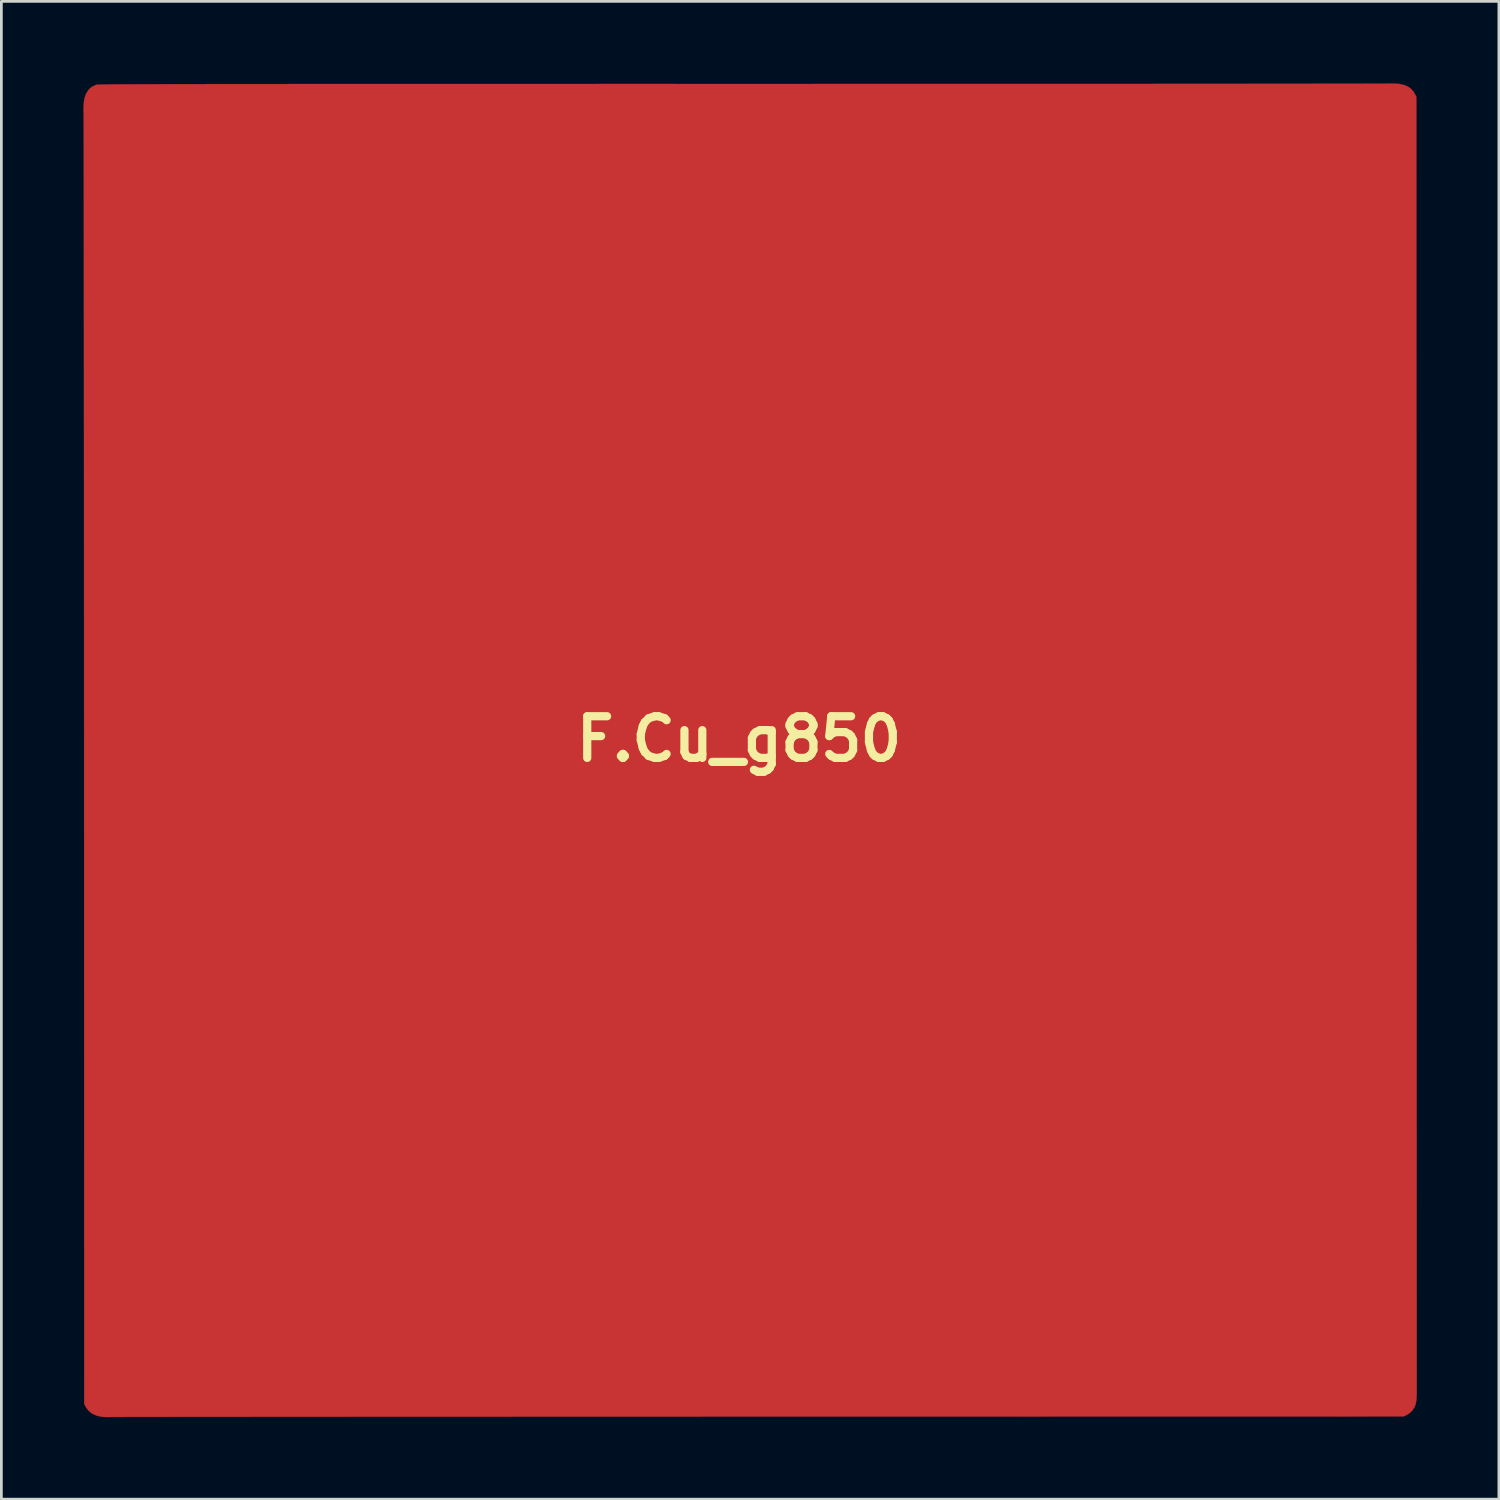
<source format=kicad_pcb>
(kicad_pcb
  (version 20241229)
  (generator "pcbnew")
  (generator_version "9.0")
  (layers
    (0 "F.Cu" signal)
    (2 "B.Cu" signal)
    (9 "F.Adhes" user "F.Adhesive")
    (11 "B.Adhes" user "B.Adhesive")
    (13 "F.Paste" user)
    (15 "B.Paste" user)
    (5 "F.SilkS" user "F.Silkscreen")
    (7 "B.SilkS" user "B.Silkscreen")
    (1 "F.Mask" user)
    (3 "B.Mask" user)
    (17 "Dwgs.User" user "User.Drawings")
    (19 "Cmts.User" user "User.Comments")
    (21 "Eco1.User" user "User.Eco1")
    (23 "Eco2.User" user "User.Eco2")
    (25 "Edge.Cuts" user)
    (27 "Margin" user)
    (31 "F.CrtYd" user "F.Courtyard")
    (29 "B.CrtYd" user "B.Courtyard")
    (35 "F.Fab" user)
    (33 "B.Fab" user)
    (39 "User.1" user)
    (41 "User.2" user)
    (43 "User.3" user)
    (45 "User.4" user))
  (footprint "F.Cu_g850"
    (layer "F.Cu")
    (at 23.98 23.982)
    (property "Reference" "F.Cu_g850" (at 0 0 0) (layer "F.SilkS") (effects (font (size 1.524 1.524) (thickness 0.3))))
    (attr through_hole)
    (fp_poly (pts (xy 24.158 -23.96) (xy 24.328 -23.923) (xy 24.468 -23.863) (xy 24.582 -23.781) (xy 24.673 -23.674) (xy 24.726 -23.583) (xy 24.775 -23.484) (xy 24.781 0) (xy 24.782 0.998) (xy 24.782 1.987) (xy 24.782 2.965) (xy 24.783 3.931) (xy 24.783 4.886) (xy 24.783 5.827) (xy 24.783 6.754) (xy 24.784 7.666) (xy 24.784 8.563) (xy 24.784 9.443) (xy 24.784 10.305) (xy 24.785 11.149) (xy 24.785 11.974) (xy 24.785 12.778) (xy 24.785 13.562) (xy 24.786 14.324) (xy 24.786 15.063) (xy 24.786 15.778) (xy 24.786 16.47) (xy 24.787 17.135) (xy 24.787 17.775) (xy 24.787 18.388) (xy 24.787 18.972) (xy 24.787 19.528) (xy 24.787 20.055) (xy 24.788 20.551) (xy 24.788 21.015) (xy 24.788 21.447) (xy 24.788 21.846) (xy 24.788 22.211) (xy 24.788 22.542) (xy 24.788 22.836) (xy 24.789 23.094) (xy 24.789 23.315) (xy 24.789 23.497) (xy 24.789 23.64) (xy 24.789 23.743) (xy 24.789 23.805) (xy 24.789 23.823) (xy 24.787 23.994) (xy 24.78 24.131) (xy 24.766 24.242) (xy 24.745 24.334) (xy 24.716 24.415) (xy 24.698 24.452) (xy 24.62 24.566) (xy 24.51 24.665) (xy 24.414 24.724) (xy 24.31 24.775) (xy 0.836 24.78) (xy -0.162 24.78) (xy -1.15 24.78) (xy -2.127 24.781) (xy -3.092 24.781) (xy -4.046 24.781) (xy -4.986 24.781) (xy -5.912 24.782) (xy -6.823 24.782) (xy -7.718 24.782) (xy -8.596 24.783) (xy -9.457 24.783) (xy -10.299 24.783) (xy -11.122 24.784) (xy -11.925 24.784) (xy -12.707 24.784) (xy -13.467 24.785) (xy -14.204 24.785) (xy -14.918 24.786) (xy -15.607 24.786) (xy -16.271 24.786) (xy -16.908 24.787) (xy -17.519 24.787) (xy -18.101 24.788) (xy -18.655 24.788) (xy -19.179 24.789) (xy -19.672 24.789) (xy -20.134 24.789) (xy -20.564 24.79) (xy -20.961 24.79) (xy -21.323 24.791) (xy -21.651 24.791) (xy -21.943 24.792) (xy -22.199 24.792) (xy -22.417 24.792) (xy -22.596 24.793) (xy -22.737 24.793) (xy -22.837 24.794) (xy -22.897 24.794) (xy -22.913 24.794) (xy -23.031 24.796) (xy -23.146 24.796) (xy -23.246 24.792) (xy -23.315 24.786) (xy -23.503 24.743) (xy -23.661 24.671) (xy -23.788 24.57) (xy -23.885 24.44) (xy -23.902 24.408) (xy -23.95 24.31) (xy -23.954 0.91) (xy -23.954 -0.086) (xy -23.955 -1.073) (xy -23.955 -2.049) (xy -23.955 -3.014) (xy -23.955 -3.966) (xy -23.956 -4.905) (xy -23.956 -5.83) (xy -23.956 -6.741) (xy -23.957 -7.635) (xy -23.957 -8.513) (xy -23.957 -9.373) (xy -23.958 -10.215) (xy -23.958 -11.038) (xy -23.959 -11.84) (xy -23.959 -12.621) (xy -23.959 -13.381) (xy -23.96 -14.118) (xy -23.96 -14.831) (xy -23.961 -15.52) (xy -23.961 -16.183) (xy -23.962 -16.821) (xy -23.962 -17.431) (xy -23.963 -18.013) (xy -23.963 -18.567) (xy -23.964 -19.09) (xy -23.964 -19.583) (xy -23.965 -20.045) (xy -23.965 -20.475) (xy -23.966 -20.871) (xy -23.966 -21.233) (xy -23.967 -21.561) (xy -23.967 -21.852) (xy -23.968 -22.107) (xy -23.968 -22.325) (xy -23.969 -22.504) (xy -23.969 -22.644) (xy -23.97 -22.744) (xy -23.97 -22.803) (xy -23.971 -22.818) (xy -23.975 -23.023) (xy -23.971 -23.194) (xy -23.957 -23.336) (xy -23.933 -23.457) (xy -23.898 -23.563) (xy -23.871 -23.622) (xy -23.785 -23.755) (xy -23.675 -23.853) (xy -23.539 -23.919) (xy -23.511 -23.929) (xy -23.502 -23.93) (xy -23.488 -23.932) (xy -23.466 -23.933) (xy -23.437 -23.935) (xy -23.4 -23.936) (xy -23.354 -23.938) (xy -23.299 -23.939) (xy -23.232 -23.94) (xy -23.155 -23.942) (xy -23.066 -23.943) (xy -22.965 -23.944) (xy -22.85 -23.945) (xy -22.721 -23.946) (xy -22.577 -23.947) (xy -22.418 -23.948) (xy -22.243 -23.949) (xy -22.051 -23.95) (xy -21.842 -23.951) (xy -21.614 -23.951) (xy -21.367 -23.952) (xy -21.1 -23.953) (xy -20.813 -23.954) (xy -20.504 -23.954) (xy -20.174 -23.955) (xy -19.821 -23.955) (xy -19.444 -23.956) (xy -19.044 -23.956) (xy -18.618 -23.957) (xy -18.167 -23.957) (xy -17.69 -23.958) (xy -17.186 -23.958) (xy -16.654 -23.958) (xy -16.094 -23.959) (xy -15.505 -23.959) (xy -14.885 -23.959) (xy -14.236 -23.959) (xy -13.554 -23.96) (xy -12.841 -23.96) (xy -12.095 -23.96) (xy -11.316 -23.96) (xy -10.502 -23.96) (xy -9.654 -23.96) (xy -8.769 -23.96) (xy -7.849 -23.96) (xy -6.891 -23.96) (xy -5.896 -23.96) (xy -4.862 -23.961) (xy -3.789 -23.961) (xy -2.676 -23.961) (xy -1.522 -23.96) (xy -0.326 -23.96) (xy 0.013 -23.96) (xy 1.01 -23.96) (xy 1.996 -23.96) (xy 2.973 -23.961) (xy 3.937 -23.961) (xy 4.889 -23.961) (xy 5.828 -23.961) (xy 6.753 -23.961) (xy 7.663 -23.961) (xy 8.558 -23.961) (xy 9.435 -23.961) (xy 10.295 -23.962) (xy 11.136 -23.962) (xy 11.958 -23.962) (xy 12.76 -23.962) (xy 13.541 -23.963) (xy 14.3 -23.963) (xy 15.037 -23.963) (xy 15.749 -23.964) (xy 16.438 -23.964) (xy 17.1 -23.964) (xy 17.737 -23.965) (xy 18.346 -23.965) (xy 18.928 -23.966) (xy 19.481 -23.966) (xy 20.004 -23.967) (xy 20.496 -23.967) (xy 20.957 -23.968) (xy 21.386 -23.968) (xy 21.781 -23.969) (xy 22.143 -23.969) (xy 22.469 -23.97) (xy 22.76 -23.97) (xy 23.015 -23.971) (xy 23.231 -23.971) (xy 23.41 -23.972) (xy 23.549 -23.972) (xy 23.648 -23.973) (xy 23.706 -23.974) (xy 23.721 -23.974) (xy 23.957 -23.977) (xy 24.158 -23.96)) (stroke (width 0.01) (type solid)) (fill yes) (layer "F.Cu")))
  (gr_rect
    (start -3 -3)
    (end 51.774 51.783)
    (stroke (width 0.1) (type default))
    (fill no)
    (layer "Edge.Cuts")))
</source>
